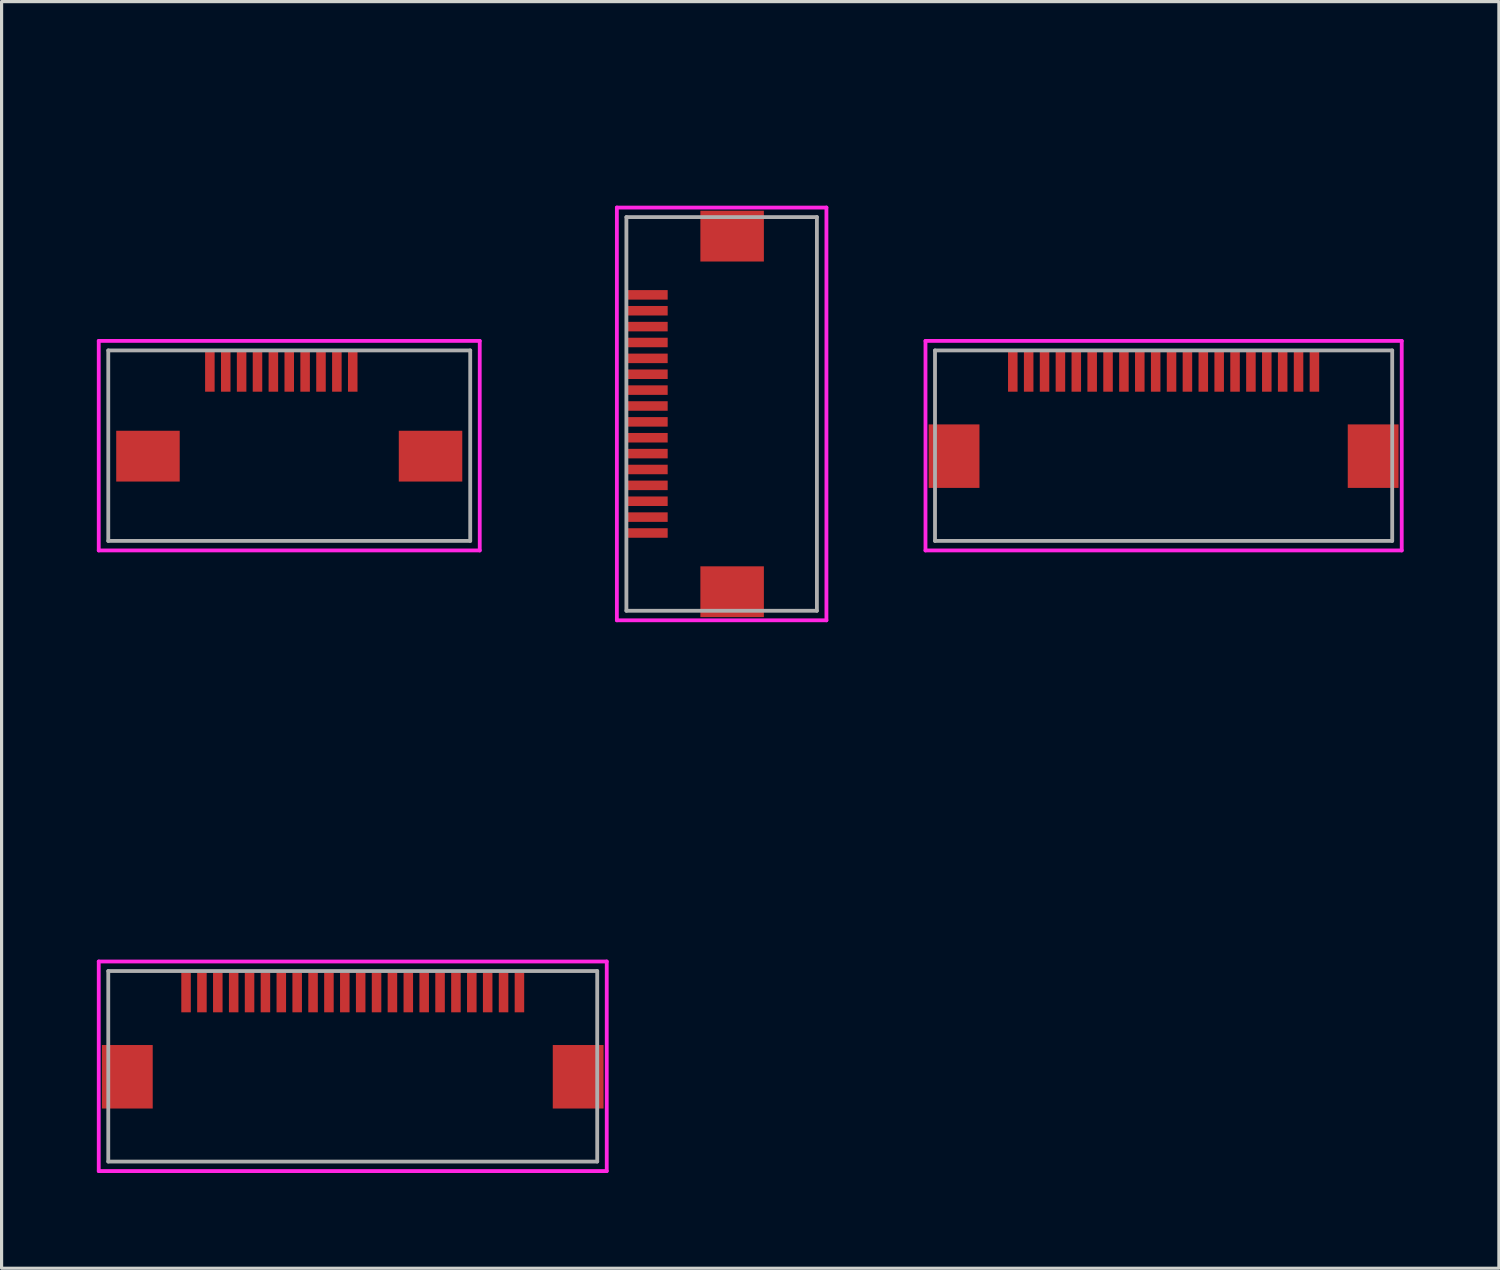
<source format=kicad_pcb>
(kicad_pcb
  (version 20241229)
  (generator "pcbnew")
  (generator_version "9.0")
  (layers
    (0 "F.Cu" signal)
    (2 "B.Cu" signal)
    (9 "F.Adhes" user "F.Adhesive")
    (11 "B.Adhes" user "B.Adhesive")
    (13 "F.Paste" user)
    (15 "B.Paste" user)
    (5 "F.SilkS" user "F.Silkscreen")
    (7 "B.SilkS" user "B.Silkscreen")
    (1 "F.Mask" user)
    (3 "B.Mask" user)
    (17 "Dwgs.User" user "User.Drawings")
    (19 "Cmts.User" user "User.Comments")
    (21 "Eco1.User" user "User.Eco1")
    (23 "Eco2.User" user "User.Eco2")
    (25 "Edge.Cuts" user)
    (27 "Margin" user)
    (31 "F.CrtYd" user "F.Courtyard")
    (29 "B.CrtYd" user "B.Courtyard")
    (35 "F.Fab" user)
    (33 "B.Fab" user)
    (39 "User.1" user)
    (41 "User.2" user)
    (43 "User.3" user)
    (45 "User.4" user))
  (footprint "FFC_connector_20p_hinge_lock"
    (layer "F.Cu")
    (at 33.599 9.987)
    (property "Reference" "FFC_connector_20p_hinge_lock" (at 0.157 -9.68 0) (layer "Eco2.User") (effects (font (size 0.3 0.3) (thickness 0.075))))
    (attr through_hole)
    (fp_line (start -7.5 -2.3) (end 7.5 -2.3) (stroke (width 0.12) (type solid)) (layer "F.CrtYd"))
    (fp_line (start -7.5 4.3) (end -7.5 -2.3) (stroke (width 0.12) (type solid)) (layer "F.CrtYd"))
    (fp_line (start 7.5 -2.3) (end 7.5 4.3) (stroke (width 0.12) (type solid)) (layer "F.CrtYd"))
    (fp_line (start 7.5 4.3) (end -7.5 4.3) (stroke (width 0.12) (type solid)) (layer "F.CrtYd"))
    (fp_line (start -7.2 -2) (end 7.2 -2) (stroke (width 0.12) (type solid)) (layer "F.Fab"))
    (fp_line (start -7.2 4) (end -7.2 -2) (stroke (width 0.12) (type solid)) (layer "F.Fab"))
    (fp_line (start 7.2 -2) (end 7.2 4) (stroke (width 0.12) (type solid)) (layer "F.Fab"))
    (fp_line (start 7.2 4) (end -7.2 4) (stroke (width 0.12) (type solid)) (layer "F.Fab"))
    (pad "1" smd rect (at -4.75 -1.325) (size 0.3 1.25) (layers "F.Cu" "F.Mask" "F.Paste"))
    (pad "2" smd rect (at -4.25 -1.325) (size 0.3 1.25) (layers "F.Cu" "F.Mask" "F.Paste"))
    (pad "3" smd rect (at -3.75 -1.325) (size 0.3 1.25) (layers "F.Cu" "F.Mask" "F.Paste"))
    (pad "4" smd rect (at -3.25 -1.325) (size 0.3 1.25) (layers "F.Cu" "F.Mask" "F.Paste"))
    (pad "5" smd rect (at -2.75 -1.325) (size 0.3 1.25) (layers "F.Cu" "F.Mask" "F.Paste"))
    (pad "6" smd rect (at -2.25 -1.325) (size 0.3 1.25) (layers "F.Cu" "F.Mask" "F.Paste"))
    (pad "7" smd rect (at -1.75 -1.325) (size 0.3 1.25) (layers "F.Cu" "F.Mask" "F.Paste"))
    (pad "8" smd rect (at -1.25 -1.325) (size 0.3 1.25) (layers "F.Cu" "F.Mask" "F.Paste"))
    (pad "9" smd rect (at -0.75 -1.325) (size 0.3 1.25) (layers "F.Cu" "F.Mask" "F.Paste"))
    (pad "10" smd rect (at -0.25 -1.325) (size 0.3 1.25) (layers "F.Cu" "F.Mask" "F.Paste"))
    (pad "11" smd rect (at 0.25 -1.325) (size 0.3 1.25) (layers "F.Cu" "F.Mask" "F.Paste"))
    (pad "12" smd rect (at 0.75 -1.325) (size 0.3 1.25) (layers "F.Cu" "F.Mask" "F.Paste"))
    (pad "13" smd rect (at 1.25 -1.325) (size 0.3 1.25) (layers "F.Cu" "F.Mask" "F.Paste"))
    (pad "14" smd rect (at 1.75 -1.325) (size 0.3 1.25) (layers "F.Cu" "F.Mask" "F.Paste"))
    (pad "15" smd rect (at 2.25 -1.325) (size 0.3 1.25) (layers "F.Cu" "F.Mask" "F.Paste"))
    (pad "16" smd rect (at 2.75 -1.325) (size 0.3 1.25) (layers "F.Cu" "F.Mask" "F.Paste"))
    (pad "17" smd rect (at 3.25 -1.325) (size 0.3 1.25) (layers "F.Cu" "F.Mask" "F.Paste"))
    (pad "18" smd rect (at 3.75 -1.325) (size 0.3 1.25) (layers "F.Cu" "F.Mask" "F.Paste"))
    (pad "19" smd rect (at 4.25 -1.325) (size 0.3 1.25) (layers "F.Cu" "F.Mask" "F.Paste"))
    (pad "20" smd rect (at 4.75 -1.325) (size 0.3 1.25) (layers "F.Cu" "F.Mask" "F.Paste"))
    (pad "21" smd rect (at -6.6 1.33) (size 1.6 2) (layers "F.Cu" "F.Mask" "F.Paste"))
    (pad "21" smd rect (at 6.6 1.33) (size 1.6 2) (layers "F.Cu" "F.Mask" "F.Paste")))
  (footprint "FFC_connector_16p_hinge_lock"
    (layer "F.Cu")
    (at 18.509 9.987)
    (property "Reference" "FFC_connector_16p_hinge_lock" (at 0.157 -9.68 180) (layer "Eco2.User") (effects (font (size 0.3 0.3) (thickness 0.075))))
    (attr smd)
    (fp_line (start -2.13 -6.5) (end 4.47 -6.5) (stroke (width 0.12) (type solid)) (layer "F.CrtYd"))
    (fp_line (start -2.13 6.5) (end -2.13 -6.5) (stroke (width 0.12) (type solid)) (layer "F.CrtYd"))
    (fp_line (start 4.47 -6.5) (end 4.47 6.5) (stroke (width 0.12) (type solid)) (layer "F.CrtYd"))
    (fp_line (start 4.47 6.5) (end -2.13 6.5) (stroke (width 0.12) (type solid)) (layer "F.CrtYd"))
    (fp_line (start -1.83 -6.2) (end 4.17 -6.2) (stroke (width 0.12) (type solid)) (layer "F.Fab"))
    (fp_line (start -1.83 6.2) (end -1.83 -6.2) (stroke (width 0.12) (type solid)) (layer "F.Fab"))
    (fp_line (start 4.17 -6.2) (end 4.17 6.2) (stroke (width 0.12) (type solid)) (layer "F.Fab"))
    (fp_line (start 4.17 6.2) (end -1.83 6.2) (stroke (width 0.12) (type solid)) (layer "F.Fab"))
    (pad "1" smd rect (at -1.155 3.75 90) (size 0.3 1.25) (layers "F.Cu" "F.Mask" "F.Paste"))
    (pad "2" smd rect (at -1.155 3.25 90) (size 0.3 1.25) (layers "F.Cu" "F.Mask" "F.Paste"))
    (pad "3" smd rect (at -1.155 2.75 90) (size 0.3 1.25) (layers "F.Cu" "F.Mask" "F.Paste"))
    (pad "4" smd rect (at -1.155 2.25 90) (size 0.3 1.25) (layers "F.Cu" "F.Mask" "F.Paste"))
    (pad "5" smd rect (at -1.155 1.75 90) (size 0.3 1.25) (layers "F.Cu" "F.Mask" "F.Paste"))
    (pad "6" smd rect (at -1.155 1.25 90) (size 0.3 1.25) (layers "F.Cu" "F.Mask" "F.Paste"))
    (pad "7" smd rect (at -1.155 0.75 90) (size 0.3 1.25) (layers "F.Cu" "F.Mask" "F.Paste"))
    (pad "8" smd rect (at -1.155 0.25 90) (size 0.3 1.25) (layers "F.Cu" "F.Mask" "F.Paste"))
    (pad "9" smd rect (at -1.155 -0.25 90) (size 0.3 1.25) (layers "F.Cu" "F.Mask" "F.Paste"))
    (pad "10" smd rect (at -1.155 -0.75 90) (size 0.3 1.25) (layers "F.Cu" "F.Mask" "F.Paste"))
    (pad "11" smd rect (at -1.155 -1.25 90) (size 0.3 1.25) (layers "F.Cu" "F.Mask" "F.Paste"))
    (pad "12" smd rect (at -1.155 -1.75 90) (size 0.3 1.25) (layers "F.Cu" "F.Mask" "F.Paste"))
    (pad "13" smd rect (at -1.155 -2.25 90) (size 0.3 1.25) (layers "F.Cu" "F.Mask" "F.Paste"))
    (pad "14" smd rect (at -1.155 -2.75 90) (size 0.3 1.25) (layers "F.Cu" "F.Mask" "F.Paste"))
    (pad "15" smd rect (at -1.155 -3.25 90) (size 0.3 1.25) (layers "F.Cu" "F.Mask" "F.Paste"))
    (pad "16" smd rect (at -1.155 -3.75 90) (size 0.3 1.25) (layers "F.Cu" "F.Mask" "F.Paste"))
    (pad "A" smd rect (at 1.5 -5.6 90) (size 1.6 2) (layers "F.Cu" "F.Mask" "F.Paste"))
    (pad "B" smd rect (at 1.5 5.6 90) (size 1.6 2) (layers "F.Cu" "F.Mask" "F.Paste")))
  (footprint "FFC_connector_10p_hinge_lock"
    (layer "F.Cu")
    (at 6.06 9.987)
    (property "Reference" "FFC_connector_10p_hinge_lock" (at 0.157 -9.68 180) (layer "Eco2.User") (effects (font (size 0.3 0.3) (thickness 0.075))))
    (attr smd)
    (fp_line (start -6 4.3) (end -6 -2.3) (stroke (width 0.12) (type solid)) (layer "F.CrtYd"))
    (fp_line (start 6 -2.3) (end -6 -2.3) (stroke (width 0.12) (type solid)) (layer "F.CrtYd"))
    (fp_line (start 6 -2.3) (end 6 4.3) (stroke (width 0.12) (type solid)) (layer "F.CrtYd"))
    (fp_line (start 6 4.3) (end -6 4.3) (stroke (width 0.12) (type solid)) (layer "F.CrtYd"))
    (fp_line (start -5.7 -2) (end 5.7 -2) (stroke (width 0.12) (type solid)) (layer "F.Fab"))
    (fp_line (start -5.7 4) (end -5.7 -2) (stroke (width 0.12) (type solid)) (layer "F.Fab"))
    (fp_line (start 5.7 -2) (end 5.7 4) (stroke (width 0.12) (type solid)) (layer "F.Fab"))
    (fp_line (start 5.7 4) (end -5.7 4) (stroke (width 0.12) (type solid)) (layer "F.Fab"))
    (pad "1" smd rect (at -2.5 -1.325) (size 0.3 1.25) (layers "F.Cu" "F.Mask" "F.Paste"))
    (pad "2" smd rect (at -2 -1.325) (size 0.3 1.25) (layers "F.Cu" "F.Mask" "F.Paste"))
    (pad "3" smd rect (at -1.5 -1.325) (size 0.3 1.25) (layers "F.Cu" "F.Mask" "F.Paste"))
    (pad "4" smd rect (at -1 -1.325) (size 0.3 1.25) (layers "F.Cu" "F.Mask" "F.Paste"))
    (pad "5" smd rect (at -0.5 -1.325) (size 0.3 1.25) (layers "F.Cu" "F.Mask" "F.Paste"))
    (pad "6" smd rect (at 0 -1.325) (size 0.3 1.25) (layers "F.Cu" "F.Mask" "F.Paste"))
    (pad "7" smd rect (at 0.5 -1.325) (size 0.3 1.25) (layers "F.Cu" "F.Mask" "F.Paste"))
    (pad "8" smd rect (at 1 -1.325) (size 0.3 1.25) (layers "F.Cu" "F.Mask" "F.Paste"))
    (pad "9" smd rect (at 1.5 -1.325) (size 0.3 1.25) (layers "F.Cu" "F.Mask" "F.Paste"))
    (pad "10" smd rect (at 2 -1.325) (size 0.3 1.25) (layers "F.Cu" "F.Mask" "F.Paste"))
    (pad "A" smd rect (at -4.45 1.33 90) (size 1.6 2) (layers "F.Cu" "F.Mask" "F.Paste"))
    (pad "B" smd rect (at 4.45 1.33 90) (size 1.6 2) (layers "F.Cu" "F.Mask" "F.Paste")))
  (footprint "FFC_connector_22p_hinge_lock"
    (layer "F.Cu")
    (at 8.06 29.534)
    (property "Reference" "FFC_connector_22p_hinge_lock" (at 0.157 -9.68 180) (layer "Eco2.User") (effects (font (size 0.3 0.3) (thickness 0.075))))
    (attr smd)
    (fp_line (start -8 4.3) (end -8 -2.3) (stroke (width 0.12) (type solid)) (layer "F.CrtYd"))
    (fp_line (start 8 -2.3) (end -8 -2.3) (stroke (width 0.12) (type solid)) (layer "F.CrtYd"))
    (fp_line (start 8 -2.3) (end 8 4.3) (stroke (width 0.12) (type solid)) (layer "F.CrtYd"))
    (fp_line (start 8 4.3) (end -8 4.3) (stroke (width 0.12) (type solid)) (layer "F.CrtYd"))
    (fp_line (start -7.7 -2) (end 7.7 -2) (stroke (width 0.12) (type solid)) (layer "F.Fab"))
    (fp_line (start -7.7 4) (end -7.7 -2) (stroke (width 0.12) (type solid)) (layer "F.Fab"))
    (fp_line (start 7.7 -2) (end 7.7 4) (stroke (width 0.12) (type solid)) (layer "F.Fab"))
    (fp_line (start 7.7 4) (end -7.7 4) (stroke (width 0.12) (type solid)) (layer "F.Fab"))
    (pad "1" smd rect (at -5.25 -1.325) (size 0.3 1.25) (layers "F.Cu" "F.Mask" "F.Paste"))
    (pad "2" smd rect (at -4.75 -1.325) (size 0.3 1.25) (layers "F.Cu" "F.Mask" "F.Paste"))
    (pad "3" smd rect (at -4.25 -1.325) (size 0.3 1.25) (layers "F.Cu" "F.Mask" "F.Paste"))
    (pad "4" smd rect (at -3.75 -1.325) (size 0.3 1.25) (layers "F.Cu" "F.Mask" "F.Paste"))
    (pad "5" smd rect (at -3.25 -1.325) (size 0.3 1.25) (layers "F.Cu" "F.Mask" "F.Paste"))
    (pad "6" smd rect (at -2.75 -1.325) (size 0.3 1.25) (layers "F.Cu" "F.Mask" "F.Paste"))
    (pad "7" smd rect (at -2.25 -1.325) (size 0.3 1.25) (layers "F.Cu" "F.Mask" "F.Paste"))
    (pad "8" smd rect (at -1.75 -1.325) (size 0.3 1.25) (layers "F.Cu" "F.Mask" "F.Paste"))
    (pad "9" smd rect (at -1.25 -1.325) (size 0.3 1.25) (layers "F.Cu" "F.Mask" "F.Paste"))
    (pad "10" smd rect (at -0.75 -1.325) (size 0.3 1.25) (layers "F.Cu" "F.Mask" "F.Paste"))
    (pad "11" smd rect (at -0.25 -1.325) (size 0.3 1.25) (layers "F.Cu" "F.Mask" "F.Paste"))
    (pad "12" smd rect (at 0.25 -1.325) (size 0.3 1.25) (layers "F.Cu" "F.Mask" "F.Paste"))
    (pad "13" smd rect (at 0.75 -1.325) (size 0.3 1.25) (layers "F.Cu" "F.Mask" "F.Paste"))
    (pad "14" smd rect (at 1.25 -1.325) (size 0.3 1.25) (layers "F.Cu" "F.Mask" "F.Paste"))
    (pad "15" smd rect (at 1.75 -1.325) (size 0.3 1.25) (layers "F.Cu" "F.Mask" "F.Paste"))
    (pad "16" smd rect (at 2.25 -1.325) (size 0.3 1.25) (layers "F.Cu" "F.Mask" "F.Paste"))
    (pad "17" smd rect (at 2.75 -1.325) (size 0.3 1.25) (layers "F.Cu" "F.Mask" "F.Paste"))
    (pad "18" smd rect (at 3.25 -1.325) (size 0.3 1.25) (layers "F.Cu" "F.Mask" "F.Paste"))
    (pad "19" smd rect (at 3.75 -1.325) (size 0.3 1.25) (layers "F.Cu" "F.Mask" "F.Paste"))
    (pad "20" smd rect (at 4.25 -1.325) (size 0.3 1.25) (layers "F.Cu" "F.Mask" "F.Paste"))
    (pad "21" smd rect (at 4.75 -1.325) (size 0.3 1.25) (layers "F.Cu" "F.Mask" "F.Paste"))
    (pad "22" smd rect (at 5.25 -1.325) (size 0.3 1.25) (layers "F.Cu" "F.Mask" "F.Paste"))
    (pad "A" smd rect (at -7.1 1.33) (size 1.6 2) (layers "F.Cu" "F.Mask" "F.Paste"))
    (pad "B" smd rect (at 7.1 1.33) (size 1.6 2) (layers "F.Cu" "F.Mask" "F.Paste")))
  (gr_rect
    (start -3 -3)
    (end 44.159 36.894)
    (stroke (width 0.1) (type default))
    (fill no)
    (layer "Edge.Cuts")))
</source>
